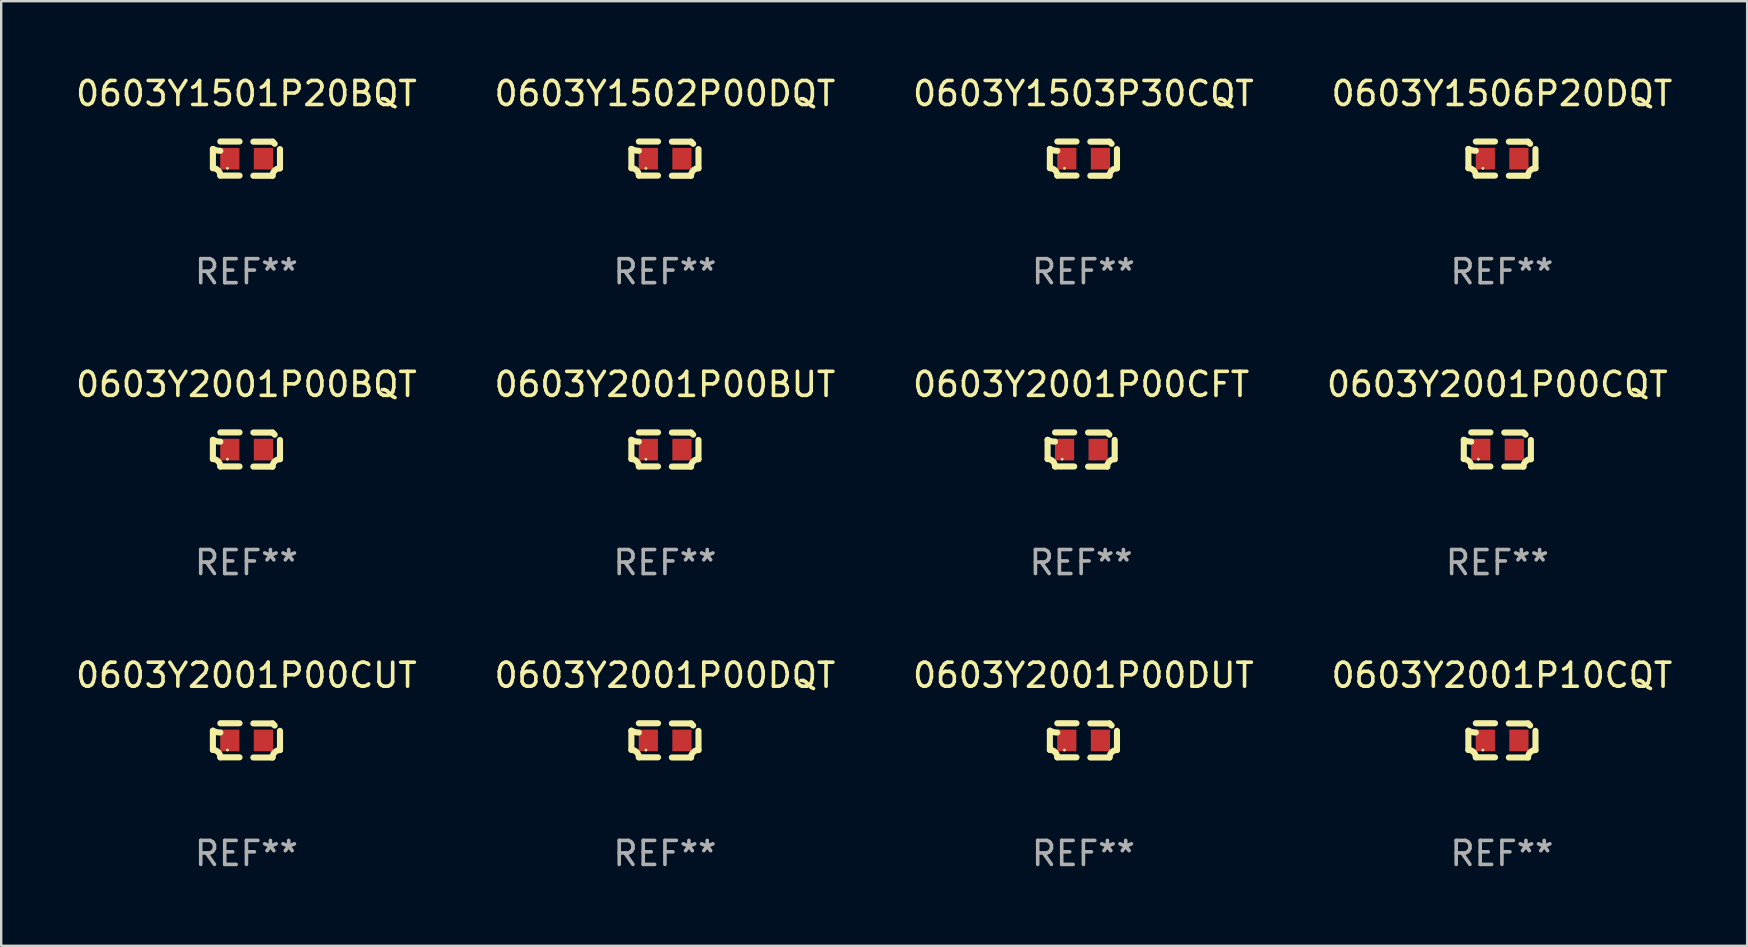
<source format=kicad_pcb>
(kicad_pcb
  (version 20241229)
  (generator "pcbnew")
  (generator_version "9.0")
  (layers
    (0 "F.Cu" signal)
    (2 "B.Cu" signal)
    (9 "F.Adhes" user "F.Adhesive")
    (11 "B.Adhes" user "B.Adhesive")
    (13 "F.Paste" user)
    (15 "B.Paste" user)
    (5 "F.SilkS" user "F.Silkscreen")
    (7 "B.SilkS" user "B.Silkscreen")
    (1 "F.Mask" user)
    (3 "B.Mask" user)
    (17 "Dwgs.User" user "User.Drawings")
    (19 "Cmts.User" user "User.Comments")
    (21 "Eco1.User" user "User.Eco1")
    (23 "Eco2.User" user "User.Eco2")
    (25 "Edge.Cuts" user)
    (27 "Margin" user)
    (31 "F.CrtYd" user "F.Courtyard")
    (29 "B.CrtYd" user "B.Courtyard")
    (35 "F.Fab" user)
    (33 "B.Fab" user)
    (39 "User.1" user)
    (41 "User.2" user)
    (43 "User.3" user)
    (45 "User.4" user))
  (footprint "0603Y2001P00BQT"
    (layer "F.Cu")
    (at 7.22 15.683)
    (property "Reference" "0603Y2001P00BQT" (at 0 -2.713 0) (layer "F.SilkS") (effects (font (size 1 1) (thickness 0.15))))
    (attr through_hole)
    (fp_line (start -1.398 -0.403) (end -1.398 0.397) (stroke (width 0.254) (type solid)) (layer "F.SilkS"))
    (fp_line (start -0.288 -0.713) (end -1.088 -0.713) (stroke (width 0.254) (type solid)) (layer "F.SilkS"))
    (fp_line (start -0.288 0.707) (end -1.088 0.707) (stroke (width 0.254) (type solid)) (layer "F.SilkS"))
    (fp_line (start 0.288 -0.707) (end 1.088 -0.707) (stroke (width 0.254) (type solid)) (layer "F.SilkS"))
    (fp_line (start 0.288 0.713) (end 1.088 0.713) (stroke (width 0.254) (type solid)) (layer "F.SilkS"))
    (fp_line (start 1.398 -0.397) (end 1.398 0.403) (stroke (width 0.254) (type solid)) (layer "F.SilkS"))
    (fp_arc (start -1.397789 0.397066) (mid -1.178701 0.487826) (end -1.08796 0.706922) (stroke (width 0.254001) (type solid)) (layer "F.SilkS"))
    (fp_arc (start -1.08796 -0.327176) (mid -1.247436 -0.346384) (end -1.39779 -0.402908) (stroke (width 0.254001) (type solid)) (layer "F.SilkS"))
    (fp_arc (start 1.087909 0.712738) (mid 1.178656 0.493655) (end 1.397739 0.402908) (stroke (width 0.254001) (type solid)) (layer "F.SilkS"))
    (fp_arc (start 1.175925 -0.618926) (mid 1.131917 -0.662923) (end 1.08791 -0.706922) (stroke (width 0.254001) (type solid)) (layer "F.SilkS"))
    (fp_circle (center -0.792 0.403) (end -0.762 0.403) (stroke (width 0.06) (type solid)) (fill no) (layer "F.SilkS"))
    (fp_text user "REF**" (at 0 4.713 0) (layer "F.Fab") (effects (font (size 1 1) (thickness 0.15))))
    (pad "1" smd rect (at -0.692 0.003) (size 0.8 0.9) (layers "F.Cu" "F.Mask" "F.Paste"))
    (pad "2" smd rect (at 0.708 0.003) (size 0.8 0.9) (layers "F.Cu" "F.Mask" "F.Paste")))
  (footprint "0603Y2001P00CQT"
    (layer "F.Cu")
    (at 59.351 15.683)
    (property "Reference" "0603Y2001P00CQT" (at 0 -2.713 0) (layer "F.SilkS") (effects (font (size 1 1) (thickness 0.15))))
    (attr through_hole)
    (fp_line (start -1.398 -0.403) (end -1.398 0.397) (stroke (width 0.254) (type solid)) (layer "F.SilkS"))
    (fp_line (start -0.288 -0.713) (end -1.088 -0.713) (stroke (width 0.254) (type solid)) (layer "F.SilkS"))
    (fp_line (start -0.288 0.707) (end -1.088 0.707) (stroke (width 0.254) (type solid)) (layer "F.SilkS"))
    (fp_line (start 0.288 -0.707) (end 1.088 -0.707) (stroke (width 0.254) (type solid)) (layer "F.SilkS"))
    (fp_line (start 0.288 0.713) (end 1.088 0.713) (stroke (width 0.254) (type solid)) (layer "F.SilkS"))
    (fp_line (start 1.398 -0.397) (end 1.398 0.403) (stroke (width 0.254) (type solid)) (layer "F.SilkS"))
    (fp_arc (start -1.397789 0.397066) (mid -1.178701 0.487826) (end -1.08796 0.706922) (stroke (width 0.254001) (type solid)) (layer "F.SilkS"))
    (fp_arc (start -1.08796 -0.327176) (mid -1.247436 -0.346384) (end -1.39779 -0.402908) (stroke (width 0.254001) (type solid)) (layer "F.SilkS"))
    (fp_arc (start 1.087909 0.712738) (mid 1.178656 0.493655) (end 1.397739 0.402908) (stroke (width 0.254001) (type solid)) (layer "F.SilkS"))
    (fp_arc (start 1.175925 -0.618926) (mid 1.131917 -0.662923) (end 1.08791 -0.706922) (stroke (width 0.254001) (type solid)) (layer "F.SilkS"))
    (fp_circle (center -0.792 0.403) (end -0.762 0.403) (stroke (width 0.06) (type solid)) (fill no) (layer "F.SilkS"))
    (fp_text user "REF**" (at 0 4.713 0) (layer "F.Fab") (effects (font (size 1 1) (thickness 0.15))))
    (pad "1" smd rect (at -0.692 0.003) (size 0.8 0.9) (layers "F.Cu" "F.Mask" "F.Paste"))
    (pad "2" smd rect (at 0.708 0.003) (size 0.8 0.9) (layers "F.Cu" "F.Mask" "F.Paste")))
  (footprint "0603Y2001P00CUT"
    (layer "F.Cu")
    (at 7.22 27.805)
    (property "Reference" "0603Y2001P00CUT" (at 0 -2.713 0) (layer "F.SilkS") (effects (font (size 1 1) (thickness 0.15))))
    (attr through_hole)
    (fp_line (start -1.398 -0.403) (end -1.398 0.397) (stroke (width 0.254) (type solid)) (layer "F.SilkS"))
    (fp_line (start -0.288 -0.713) (end -1.088 -0.713) (stroke (width 0.254) (type solid)) (layer "F.SilkS"))
    (fp_line (start -0.288 0.707) (end -1.088 0.707) (stroke (width 0.254) (type solid)) (layer "F.SilkS"))
    (fp_line (start 0.288 -0.707) (end 1.088 -0.707) (stroke (width 0.254) (type solid)) (layer "F.SilkS"))
    (fp_line (start 0.288 0.713) (end 1.088 0.713) (stroke (width 0.254) (type solid)) (layer "F.SilkS"))
    (fp_line (start 1.398 -0.397) (end 1.398 0.403) (stroke (width 0.254) (type solid)) (layer "F.SilkS"))
    (fp_arc (start -1.397789 0.397066) (mid -1.178701 0.487826) (end -1.08796 0.706922) (stroke (width 0.254001) (type solid)) (layer "F.SilkS"))
    (fp_arc (start -1.08796 -0.327176) (mid -1.247436 -0.346384) (end -1.39779 -0.402908) (stroke (width 0.254001) (type solid)) (layer "F.SilkS"))
    (fp_arc (start 1.087909 0.712738) (mid 1.178656 0.493655) (end 1.397739 0.402908) (stroke (width 0.254001) (type solid)) (layer "F.SilkS"))
    (fp_arc (start 1.175925 -0.618926) (mid 1.131917 -0.662923) (end 1.08791 -0.706922) (stroke (width 0.254001) (type solid)) (layer "F.SilkS"))
    (fp_circle (center -0.792 0.403) (end -0.762 0.403) (stroke (width 0.06) (type solid)) (fill no) (layer "F.SilkS"))
    (fp_text user "REF**" (at 0 4.713 0) (layer "F.Fab") (effects (font (size 1 1) (thickness 0.15))))
    (pad "1" smd rect (at -0.692 0.003) (size 0.8 0.9) (layers "F.Cu" "F.Mask" "F.Paste"))
    (pad "2" smd rect (at 0.708 0.003) (size 0.8 0.9) (layers "F.Cu" "F.Mask" "F.Paste")))
  (footprint "0603Y2001P00BUT"
    (layer "F.Cu")
    (at 24.661 15.683)
    (property "Reference" "0603Y2001P00BUT" (at 0 -2.713 0) (layer "F.SilkS") (effects (font (size 1 1) (thickness 0.15))))
    (attr through_hole)
    (fp_line (start -1.398 -0.403) (end -1.398 0.397) (stroke (width 0.254) (type solid)) (layer "F.SilkS"))
    (fp_line (start -0.288 -0.713) (end -1.088 -0.713) (stroke (width 0.254) (type solid)) (layer "F.SilkS"))
    (fp_line (start -0.288 0.707) (end -1.088 0.707) (stroke (width 0.254) (type solid)) (layer "F.SilkS"))
    (fp_line (start 0.288 -0.707) (end 1.088 -0.707) (stroke (width 0.254) (type solid)) (layer "F.SilkS"))
    (fp_line (start 0.288 0.713) (end 1.088 0.713) (stroke (width 0.254) (type solid)) (layer "F.SilkS"))
    (fp_line (start 1.398 -0.397) (end 1.398 0.403) (stroke (width 0.254) (type solid)) (layer "F.SilkS"))
    (fp_arc (start -1.397789 0.397066) (mid -1.178701 0.487826) (end -1.08796 0.706922) (stroke (width 0.254001) (type solid)) (layer "F.SilkS"))
    (fp_arc (start -1.08796 -0.327176) (mid -1.247436 -0.346384) (end -1.39779 -0.402908) (stroke (width 0.254001) (type solid)) (layer "F.SilkS"))
    (fp_arc (start 1.087909 0.712738) (mid 1.178656 0.493655) (end 1.397739 0.402908) (stroke (width 0.254001) (type solid)) (layer "F.SilkS"))
    (fp_arc (start 1.175925 -0.618926) (mid 1.131917 -0.662923) (end 1.08791 -0.706922) (stroke (width 0.254001) (type solid)) (layer "F.SilkS"))
    (fp_circle (center -0.792 0.403) (end -0.762 0.403) (stroke (width 0.06) (type solid)) (fill no) (layer "F.SilkS"))
    (fp_text user "REF**" (at 0 4.713 0) (layer "F.Fab") (effects (font (size 1 1) (thickness 0.15))))
    (pad "1" smd rect (at -0.692 0.003) (size 0.8 0.9) (layers "F.Cu" "F.Mask" "F.Paste"))
    (pad "2" smd rect (at 0.708 0.003) (size 0.8 0.9) (layers "F.Cu" "F.Mask" "F.Paste")))
  (footprint "0603Y1501P20BQT"
    (layer "F.Cu")
    (at 7.22 3.561)
    (property "Reference" "0603Y1501P20BQT" (at 0 -2.713 0) (layer "F.SilkS") (effects (font (size 1 1) (thickness 0.15))))
    (attr through_hole)
    (fp_line (start -1.398 -0.403) (end -1.398 0.397) (stroke (width 0.254) (type solid)) (layer "F.SilkS"))
    (fp_line (start -0.288 -0.713) (end -1.088 -0.713) (stroke (width 0.254) (type solid)) (layer "F.SilkS"))
    (fp_line (start -0.288 0.707) (end -1.088 0.707) (stroke (width 0.254) (type solid)) (layer "F.SilkS"))
    (fp_line (start 0.288 -0.707) (end 1.088 -0.707) (stroke (width 0.254) (type solid)) (layer "F.SilkS"))
    (fp_line (start 0.288 0.713) (end 1.088 0.713) (stroke (width 0.254) (type solid)) (layer "F.SilkS"))
    (fp_line (start 1.398 -0.397) (end 1.398 0.403) (stroke (width 0.254) (type solid)) (layer "F.SilkS"))
    (fp_arc (start -1.397789 0.397066) (mid -1.178701 0.487826) (end -1.08796 0.706922) (stroke (width 0.254001) (type solid)) (layer "F.SilkS"))
    (fp_arc (start -1.08796 -0.327176) (mid -1.247436 -0.346384) (end -1.39779 -0.402908) (stroke (width 0.254001) (type solid)) (layer "F.SilkS"))
    (fp_arc (start 1.087909 0.712738) (mid 1.178656 0.493655) (end 1.397739 0.402908) (stroke (width 0.254001) (type solid)) (layer "F.SilkS"))
    (fp_arc (start 1.175925 -0.618926) (mid 1.131917 -0.662923) (end 1.08791 -0.706922) (stroke (width 0.254001) (type solid)) (layer "F.SilkS"))
    (fp_circle (center -0.792 0.403) (end -0.762 0.403) (stroke (width 0.06) (type solid)) (fill no) (layer "F.SilkS"))
    (fp_text user "REF**" (at 0 4.713 0) (layer "F.Fab") (effects (font (size 1 1) (thickness 0.15))))
    (pad "1" smd rect (at -0.692 0.003) (size 0.8 0.9) (layers "F.Cu" "F.Mask" "F.Paste"))
    (pad "2" smd rect (at 0.708 0.003) (size 0.8 0.9) (layers "F.Cu" "F.Mask" "F.Paste")))
  (footprint "0603Y1506P20DQT"
    (layer "F.Cu")
    (at 59.542 3.561)
    (property "Reference" "0603Y1506P20DQT" (at 0 -2.713 0) (layer "F.SilkS") (effects (font (size 1 1) (thickness 0.15))))
    (attr through_hole)
    (fp_line (start -1.398 -0.403) (end -1.398 0.397) (stroke (width 0.254) (type solid)) (layer "F.SilkS"))
    (fp_line (start -0.288 -0.713) (end -1.088 -0.713) (stroke (width 0.254) (type solid)) (layer "F.SilkS"))
    (fp_line (start -0.288 0.707) (end -1.088 0.707) (stroke (width 0.254) (type solid)) (layer "F.SilkS"))
    (fp_line (start 0.288 -0.707) (end 1.088 -0.707) (stroke (width 0.254) (type solid)) (layer "F.SilkS"))
    (fp_line (start 0.288 0.713) (end 1.088 0.713) (stroke (width 0.254) (type solid)) (layer "F.SilkS"))
    (fp_line (start 1.398 -0.397) (end 1.398 0.403) (stroke (width 0.254) (type solid)) (layer "F.SilkS"))
    (fp_arc (start -1.397789 0.397066) (mid -1.178701 0.487826) (end -1.08796 0.706922) (stroke (width 0.254001) (type solid)) (layer "F.SilkS"))
    (fp_arc (start -1.08796 -0.327176) (mid -1.247436 -0.346384) (end -1.39779 -0.402908) (stroke (width 0.254001) (type solid)) (layer "F.SilkS"))
    (fp_arc (start 1.087909 0.712738) (mid 1.178656 0.493655) (end 1.397739 0.402908) (stroke (width 0.254001) (type solid)) (layer "F.SilkS"))
    (fp_arc (start 1.175925 -0.618926) (mid 1.131917 -0.662923) (end 1.08791 -0.706922) (stroke (width 0.254001) (type solid)) (layer "F.SilkS"))
    (fp_circle (center -0.792 0.403) (end -0.762 0.403) (stroke (width 0.06) (type solid)) (fill no) (layer "F.SilkS"))
    (fp_text user "REF**" (at 0 4.713 0) (layer "F.Fab") (effects (font (size 1 1) (thickness 0.15))))
    (pad "1" smd rect (at -0.692 0.003) (size 0.8 0.9) (layers "F.Cu" "F.Mask" "F.Paste"))
    (pad "2" smd rect (at 0.708 0.003) (size 0.8 0.9) (layers "F.Cu" "F.Mask" "F.Paste")))
  (footprint "0603Y2001P00DUT"
    (layer "F.Cu")
    (at 42.101 27.805)
    (property "Reference" "0603Y2001P00DUT" (at 0 -2.713 0) (layer "F.SilkS") (effects (font (size 1 1) (thickness 0.15))))
    (attr through_hole)
    (fp_line (start -1.398 -0.403) (end -1.398 0.397) (stroke (width 0.254) (type solid)) (layer "F.SilkS"))
    (fp_line (start -0.288 -0.713) (end -1.088 -0.713) (stroke (width 0.254) (type solid)) (layer "F.SilkS"))
    (fp_line (start -0.288 0.707) (end -1.088 0.707) (stroke (width 0.254) (type solid)) (layer "F.SilkS"))
    (fp_line (start 0.288 -0.707) (end 1.088 -0.707) (stroke (width 0.254) (type solid)) (layer "F.SilkS"))
    (fp_line (start 0.288 0.713) (end 1.088 0.713) (stroke (width 0.254) (type solid)) (layer "F.SilkS"))
    (fp_line (start 1.398 -0.397) (end 1.398 0.403) (stroke (width 0.254) (type solid)) (layer "F.SilkS"))
    (fp_arc (start -1.397789 0.397066) (mid -1.178701 0.487826) (end -1.08796 0.706922) (stroke (width 0.254001) (type solid)) (layer "F.SilkS"))
    (fp_arc (start -1.08796 -0.327176) (mid -1.247436 -0.346384) (end -1.39779 -0.402908) (stroke (width 0.254001) (type solid)) (layer "F.SilkS"))
    (fp_arc (start 1.087909 0.712738) (mid 1.178656 0.493655) (end 1.397739 0.402908) (stroke (width 0.254001) (type solid)) (layer "F.SilkS"))
    (fp_arc (start 1.175925 -0.618926) (mid 1.131917 -0.662923) (end 1.08791 -0.706922) (stroke (width 0.254001) (type solid)) (layer "F.SilkS"))
    (fp_circle (center -0.792 0.403) (end -0.762 0.403) (stroke (width 0.06) (type solid)) (fill no) (layer "F.SilkS"))
    (fp_text user "REF**" (at 0 4.713 0) (layer "F.Fab") (effects (font (size 1 1) (thickness 0.15))))
    (pad "1" smd rect (at -0.692 0.003) (size 0.8 0.9) (layers "F.Cu" "F.Mask" "F.Paste"))
    (pad "2" smd rect (at 0.708 0.003) (size 0.8 0.9) (layers "F.Cu" "F.Mask" "F.Paste")))
  (footprint "0603Y1502P00DQT"
    (layer "F.Cu")
    (at 24.661 3.561)
    (property "Reference" "0603Y1502P00DQT" (at 0 -2.713 0) (layer "F.SilkS") (effects (font (size 1 1) (thickness 0.15))))
    (attr through_hole)
    (fp_line (start -1.398 -0.403) (end -1.398 0.397) (stroke (width 0.254) (type solid)) (layer "F.SilkS"))
    (fp_line (start -0.288 -0.713) (end -1.088 -0.713) (stroke (width 0.254) (type solid)) (layer "F.SilkS"))
    (fp_line (start -0.288 0.707) (end -1.088 0.707) (stroke (width 0.254) (type solid)) (layer "F.SilkS"))
    (fp_line (start 0.288 -0.707) (end 1.088 -0.707) (stroke (width 0.254) (type solid)) (layer "F.SilkS"))
    (fp_line (start 0.288 0.713) (end 1.088 0.713) (stroke (width 0.254) (type solid)) (layer "F.SilkS"))
    (fp_line (start 1.398 -0.397) (end 1.398 0.403) (stroke (width 0.254) (type solid)) (layer "F.SilkS"))
    (fp_arc (start -1.397789 0.397066) (mid -1.178701 0.487826) (end -1.08796 0.706922) (stroke (width 0.254001) (type solid)) (layer "F.SilkS"))
    (fp_arc (start -1.08796 -0.327176) (mid -1.247436 -0.346384) (end -1.39779 -0.402908) (stroke (width 0.254001) (type solid)) (layer "F.SilkS"))
    (fp_arc (start 1.087909 0.712738) (mid 1.178656 0.493655) (end 1.397739 0.402908) (stroke (width 0.254001) (type solid)) (layer "F.SilkS"))
    (fp_arc (start 1.175925 -0.618926) (mid 1.131917 -0.662923) (end 1.08791 -0.706922) (stroke (width 0.254001) (type solid)) (layer "F.SilkS"))
    (fp_circle (center -0.792 0.403) (end -0.762 0.403) (stroke (width 0.06) (type solid)) (fill no) (layer "F.SilkS"))
    (fp_text user "REF**" (at 0 4.713 0) (layer "F.Fab") (effects (font (size 1 1) (thickness 0.15))))
    (pad "1" smd rect (at -0.692 0.003) (size 0.8 0.9) (layers "F.Cu" "F.Mask" "F.Paste"))
    (pad "2" smd rect (at 0.708 0.003) (size 0.8 0.9) (layers "F.Cu" "F.Mask" "F.Paste")))
  (footprint "0603Y2001P10CQT"
    (layer "F.Cu")
    (at 59.542 27.805)
    (property "Reference" "0603Y2001P10CQT" (at 0 -2.713 0) (layer "F.SilkS") (effects (font (size 1 1) (thickness 0.15))))
    (attr through_hole)
    (fp_line (start -1.398 -0.403) (end -1.398 0.397) (stroke (width 0.254) (type solid)) (layer "F.SilkS"))
    (fp_line (start -0.288 -0.713) (end -1.088 -0.713) (stroke (width 0.254) (type solid)) (layer "F.SilkS"))
    (fp_line (start -0.288 0.707) (end -1.088 0.707) (stroke (width 0.254) (type solid)) (layer "F.SilkS"))
    (fp_line (start 0.288 -0.707) (end 1.088 -0.707) (stroke (width 0.254) (type solid)) (layer "F.SilkS"))
    (fp_line (start 0.288 0.713) (end 1.088 0.713) (stroke (width 0.254) (type solid)) (layer "F.SilkS"))
    (fp_line (start 1.398 -0.397) (end 1.398 0.403) (stroke (width 0.254) (type solid)) (layer "F.SilkS"))
    (fp_arc (start -1.397789 0.397066) (mid -1.178701 0.487826) (end -1.08796 0.706922) (stroke (width 0.254001) (type solid)) (layer "F.SilkS"))
    (fp_arc (start -1.08796 -0.327176) (mid -1.247436 -0.346384) (end -1.39779 -0.402908) (stroke (width 0.254001) (type solid)) (layer "F.SilkS"))
    (fp_arc (start 1.087909 0.712738) (mid 1.178656 0.493655) (end 1.397739 0.402908) (stroke (width 0.254001) (type solid)) (layer "F.SilkS"))
    (fp_arc (start 1.175925 -0.618926) (mid 1.131917 -0.662923) (end 1.08791 -0.706922) (stroke (width 0.254001) (type solid)) (layer "F.SilkS"))
    (fp_circle (center -0.792 0.403) (end -0.762 0.403) (stroke (width 0.06) (type solid)) (fill no) (layer "F.SilkS"))
    (fp_text user "REF**" (at 0 4.713 0) (layer "F.Fab") (effects (font (size 1 1) (thickness 0.15))))
    (pad "1" smd rect (at -0.692 0.003) (size 0.8 0.9) (layers "F.Cu" "F.Mask" "F.Paste"))
    (pad "2" smd rect (at 0.708 0.003) (size 0.8 0.9) (layers "F.Cu" "F.Mask" "F.Paste")))
  (footprint "0603Y2001P00CFT"
    (layer "F.Cu")
    (at 42.006 15.683)
    (property "Reference" "0603Y2001P00CFT" (at 0 -2.713 0) (layer "F.SilkS") (effects (font (size 1 1) (thickness 0.15))))
    (attr through_hole)
    (fp_line (start -1.398 -0.403) (end -1.398 0.397) (stroke (width 0.254) (type solid)) (layer "F.SilkS"))
    (fp_line (start -0.288 -0.713) (end -1.088 -0.713) (stroke (width 0.254) (type solid)) (layer "F.SilkS"))
    (fp_line (start -0.288 0.707) (end -1.088 0.707) (stroke (width 0.254) (type solid)) (layer "F.SilkS"))
    (fp_line (start 0.288 -0.707) (end 1.088 -0.707) (stroke (width 0.254) (type solid)) (layer "F.SilkS"))
    (fp_line (start 0.288 0.713) (end 1.088 0.713) (stroke (width 0.254) (type solid)) (layer "F.SilkS"))
    (fp_line (start 1.398 -0.397) (end 1.398 0.403) (stroke (width 0.254) (type solid)) (layer "F.SilkS"))
    (fp_arc (start -1.397789 0.397066) (mid -1.178701 0.487826) (end -1.08796 0.706922) (stroke (width 0.254001) (type solid)) (layer "F.SilkS"))
    (fp_arc (start -1.08796 -0.327176) (mid -1.247436 -0.346384) (end -1.39779 -0.402908) (stroke (width 0.254001) (type solid)) (layer "F.SilkS"))
    (fp_arc (start 1.087909 0.712738) (mid 1.178656 0.493655) (end 1.397739 0.402908) (stroke (width 0.254001) (type solid)) (layer "F.SilkS"))
    (fp_arc (start 1.175925 -0.618926) (mid 1.131917 -0.662923) (end 1.08791 -0.706922) (stroke (width 0.254001) (type solid)) (layer "F.SilkS"))
    (fp_circle (center -0.792 0.403) (end -0.762 0.403) (stroke (width 0.06) (type solid)) (fill no) (layer "F.SilkS"))
    (fp_text user "REF**" (at 0 4.713 0) (layer "F.Fab") (effects (font (size 1 1) (thickness 0.15))))
    (pad "1" smd rect (at -0.692 0.003) (size 0.8 0.9) (layers "F.Cu" "F.Mask" "F.Paste"))
    (pad "2" smd rect (at 0.708 0.003) (size 0.8 0.9) (layers "F.Cu" "F.Mask" "F.Paste")))
  (footprint "0603Y1503P30CQT"
    (layer "F.Cu")
    (at 42.101 3.561)
    (property "Reference" "0603Y1503P30CQT" (at 0 -2.713 0) (layer "F.SilkS") (effects (font (size 1 1) (thickness 0.15))))
    (attr through_hole)
    (fp_line (start -1.398 -0.403) (end -1.398 0.397) (stroke (width 0.254) (type solid)) (layer "F.SilkS"))
    (fp_line (start -0.288 -0.713) (end -1.088 -0.713) (stroke (width 0.254) (type solid)) (layer "F.SilkS"))
    (fp_line (start -0.288 0.707) (end -1.088 0.707) (stroke (width 0.254) (type solid)) (layer "F.SilkS"))
    (fp_line (start 0.288 -0.707) (end 1.088 -0.707) (stroke (width 0.254) (type solid)) (layer "F.SilkS"))
    (fp_line (start 0.288 0.713) (end 1.088 0.713) (stroke (width 0.254) (type solid)) (layer "F.SilkS"))
    (fp_line (start 1.398 -0.397) (end 1.398 0.403) (stroke (width 0.254) (type solid)) (layer "F.SilkS"))
    (fp_arc (start -1.397789 0.397066) (mid -1.178701 0.487826) (end -1.08796 0.706922) (stroke (width 0.254001) (type solid)) (layer "F.SilkS"))
    (fp_arc (start -1.08796 -0.327176) (mid -1.247436 -0.346384) (end -1.39779 -0.402908) (stroke (width 0.254001) (type solid)) (layer "F.SilkS"))
    (fp_arc (start 1.087909 0.712738) (mid 1.178656 0.493655) (end 1.397739 0.402908) (stroke (width 0.254001) (type solid)) (layer "F.SilkS"))
    (fp_arc (start 1.175925 -0.618926) (mid 1.131917 -0.662923) (end 1.08791 -0.706922) (stroke (width 0.254001) (type solid)) (layer "F.SilkS"))
    (fp_circle (center -0.792 0.403) (end -0.762 0.403) (stroke (width 0.06) (type solid)) (fill no) (layer "F.SilkS"))
    (fp_text user "REF**" (at 0 4.713 0) (layer "F.Fab") (effects (font (size 1 1) (thickness 0.15))))
    (pad "1" smd rect (at -0.692 0.003) (size 0.8 0.9) (layers "F.Cu" "F.Mask" "F.Paste"))
    (pad "2" smd rect (at 0.708 0.003) (size 0.8 0.9) (layers "F.Cu" "F.Mask" "F.Paste")))
  (footprint "0603Y2001P00DQT"
    (layer "F.Cu")
    (at 24.661 27.805)
    (property "Reference" "0603Y2001P00DQT" (at 0 -2.713 0) (layer "F.SilkS") (effects (font (size 1 1) (thickness 0.15))))
    (attr through_hole)
    (fp_line (start -1.398 -0.403) (end -1.398 0.397) (stroke (width 0.254) (type solid)) (layer "F.SilkS"))
    (fp_line (start -0.288 -0.713) (end -1.088 -0.713) (stroke (width 0.254) (type solid)) (layer "F.SilkS"))
    (fp_line (start -0.288 0.707) (end -1.088 0.707) (stroke (width 0.254) (type solid)) (layer "F.SilkS"))
    (fp_line (start 0.288 -0.707) (end 1.088 -0.707) (stroke (width 0.254) (type solid)) (layer "F.SilkS"))
    (fp_line (start 0.288 0.713) (end 1.088 0.713) (stroke (width 0.254) (type solid)) (layer "F.SilkS"))
    (fp_line (start 1.398 -0.397) (end 1.398 0.403) (stroke (width 0.254) (type solid)) (layer "F.SilkS"))
    (fp_arc (start -1.397789 0.397066) (mid -1.178701 0.487826) (end -1.08796 0.706922) (stroke (width 0.254001) (type solid)) (layer "F.SilkS"))
    (fp_arc (start -1.08796 -0.327176) (mid -1.247436 -0.346384) (end -1.39779 -0.402908) (stroke (width 0.254001) (type solid)) (layer "F.SilkS"))
    (fp_arc (start 1.087909 0.712738) (mid 1.178656 0.493655) (end 1.397739 0.402908) (stroke (width 0.254001) (type solid)) (layer "F.SilkS"))
    (fp_arc (start 1.175925 -0.618926) (mid 1.131917 -0.662923) (end 1.08791 -0.706922) (stroke (width 0.254001) (type solid)) (layer "F.SilkS"))
    (fp_circle (center -0.792 0.403) (end -0.762 0.403) (stroke (width 0.06) (type solid)) (fill no) (layer "F.SilkS"))
    (fp_text user "REF**" (at 0 4.713 0) (layer "F.Fab") (effects (font (size 1 1) (thickness 0.15))))
    (pad "1" smd rect (at -0.692 0.003) (size 0.8 0.9) (layers "F.Cu" "F.Mask" "F.Paste"))
    (pad "2" smd rect (at 0.708 0.003) (size 0.8 0.9) (layers "F.Cu" "F.Mask" "F.Paste")))
  (gr_rect
    (start -3 -3)
    (end 69.762 36.366)
    (stroke (width 0.1) (type default))
    (fill no)
    (layer "Edge.Cuts")))
</source>
